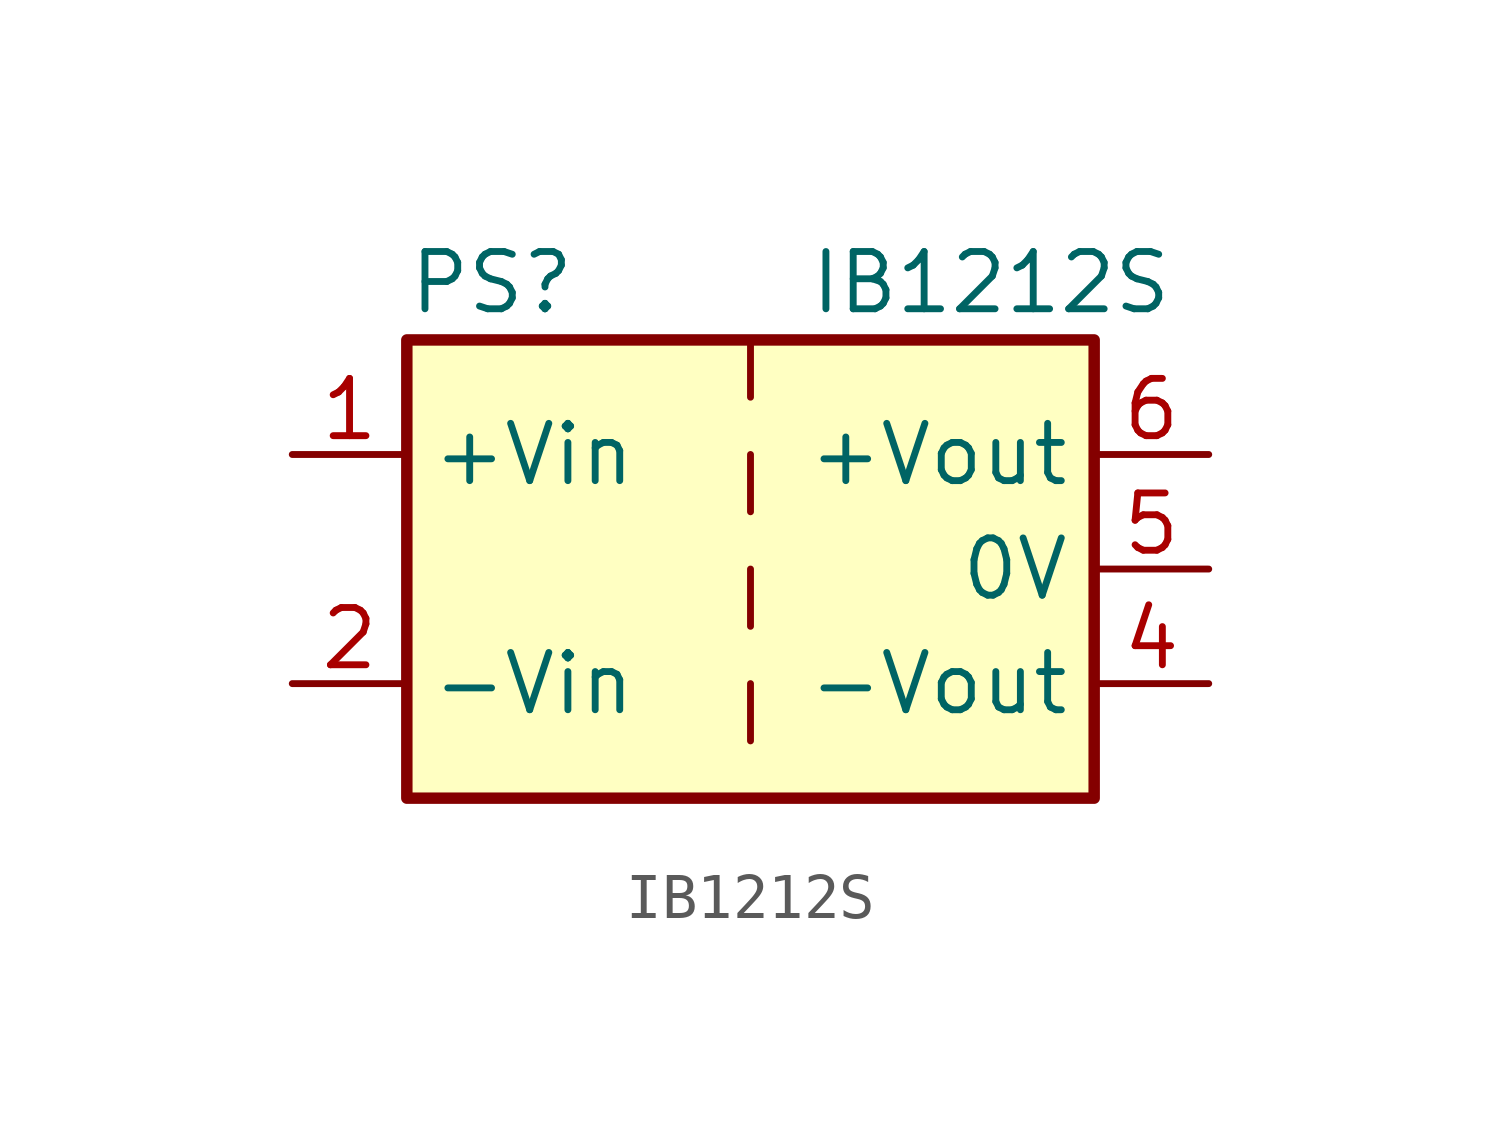
<source format=kicad_sym>
(kicad_symbol_lib
  (version 20211014)
  (generator kicad_symbol_editor)
  (symbol "IB1212S"
    (property "Reference" "PS"
      (at -7.62 6.35 0)
      (effects (font (size 1.27 1.27)) (justify left)))
    (property "Value" "IB1212S"
      (at 1.27 6.35 0)
      (effects (font (size 1.27 1.27)) (justify left)))
    (symbol "IB1212S_0_0"
      (pin power_in line (at -10.16 2.54 0) (length 2.54) (name "+Vin" (effects (font (size 1.27 1.27)))) (number "1" (effects (font (size 1.27 1.27)))))
      (pin power_in line (at -10.16 -2.54 0) (length 2.54) (name "-Vin" (effects (font (size 1.27 1.27)))) (number "2" (effects (font (size 1.27 1.27)))))
      (pin power_out line (at 10.16 -2.54 180) (length 2.54) (name "-Vout" (effects (font (size 1.27 1.27)))) (number "4" (effects (font (size 1.27 1.27)))))
      (pin power_out line (at 10.16 0 180) (length 2.54) (name "0V" (effects (font (size 1.27 1.27)))) (number "5" (effects (font (size 1.27 1.27)))))
      (pin power_out line (at 10.16 2.54 180) (length 2.54) (name "+Vout" (effects (font (size 1.27 1.27)))) (number "6" (effects (font (size 1.27 1.27))))))
    (symbol "IB1212S_0_1"
      (rectangle (start -7.62 5.08) (end 7.62 -5.08) (stroke (width 0.254) (type default) (color 0 0 0 0)) (fill (type background)))
      (polyline (pts (xy 0 -2.54) (xy 0 -3.81)) (stroke (width 0) (type default) (color 0 0 0 0)) (fill (type none)))
      (polyline (pts (xy 0 0) (xy 0 -1.27)) (stroke (width 0) (type default) (color 0 0 0 0)) (fill (type none)))
      (polyline (pts (xy 0 2.54) (xy 0 1.27)) (stroke (width 0) (type default) (color 0 0 0 0)) (fill (type none)))
      (polyline (pts (xy 0 5.08) (xy 0 3.81)) (stroke (width 0) (type default) (color 0 0 0 0)) (fill (type none))))))
</source>
